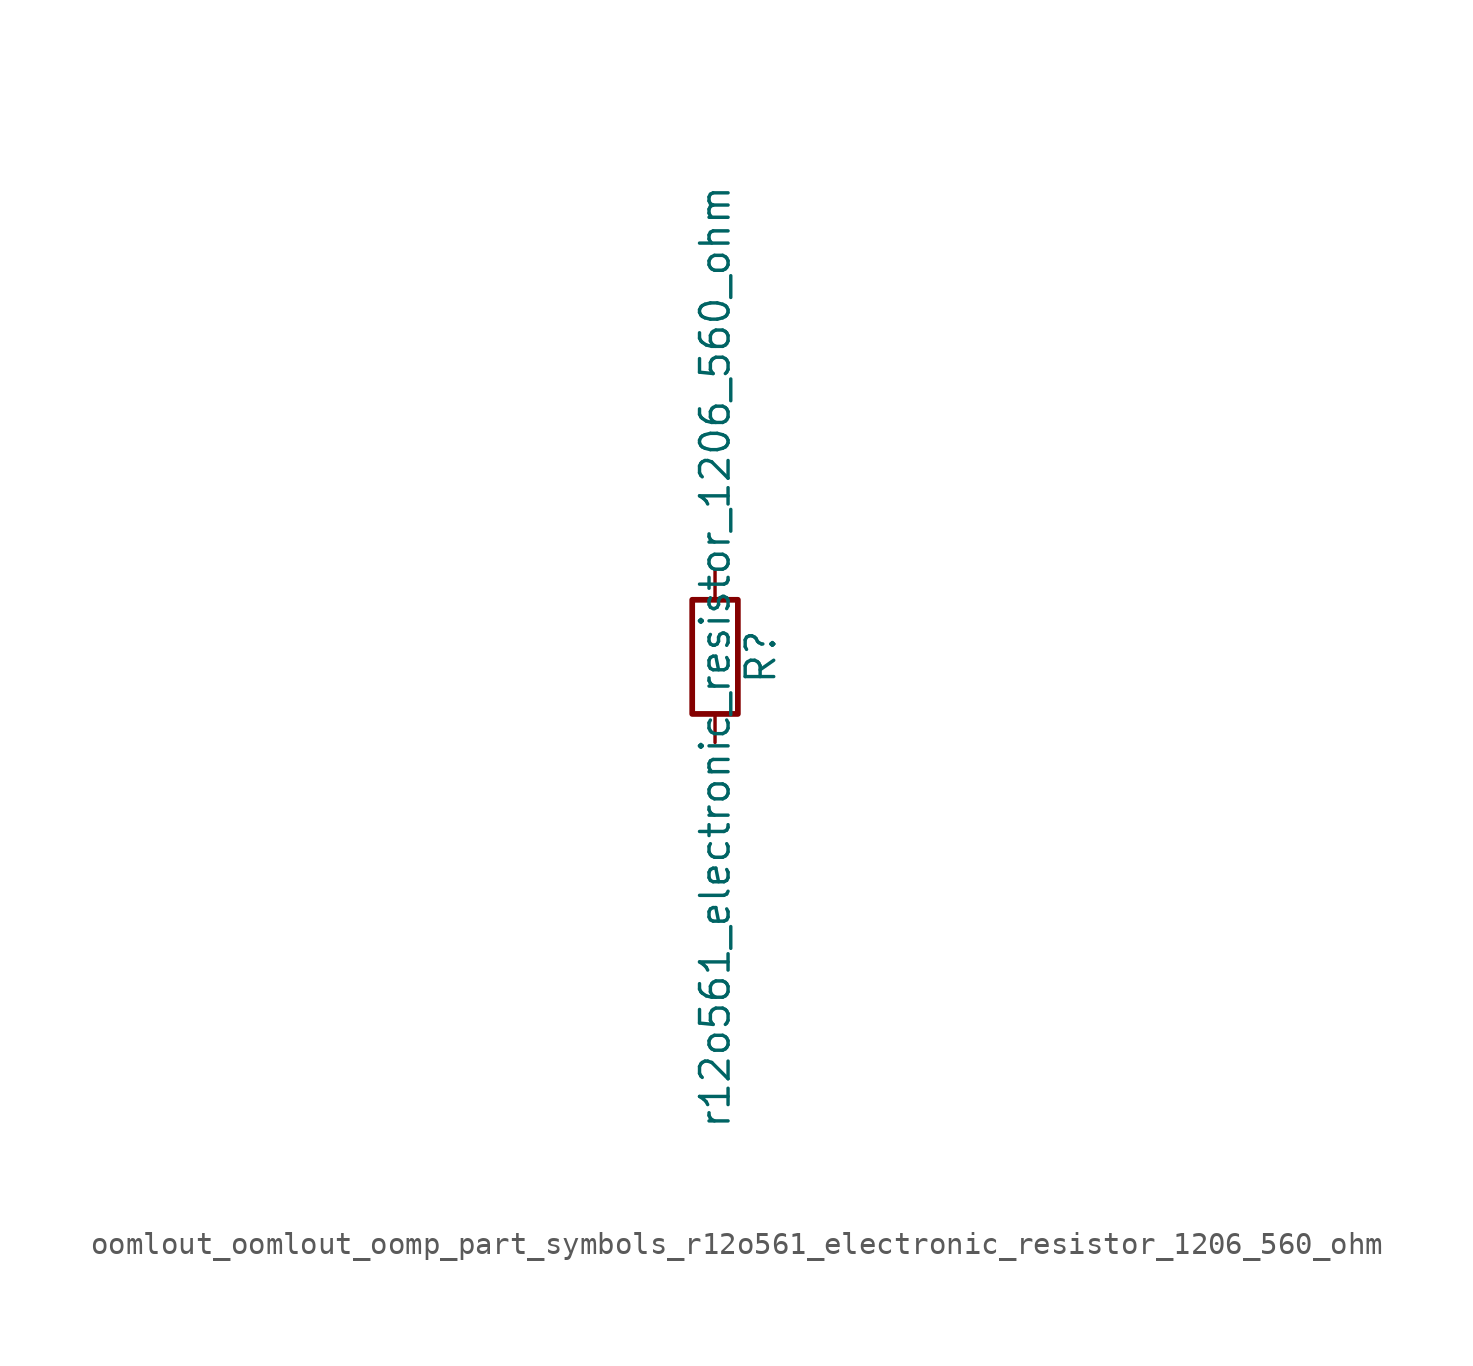
<source format=kicad_sym>
(kicad_symbol_lib
  (version 20220914)
  (generator kicad_symbol_editor)
  (symbol "oomlout_oomlout_oomp_part_symbols_r12o561_electronic_resistor_1206_560_ohm"
    (pin_numbers hide)
    (pin_names
      (offset 0))
    (property "Reference" "R"
      (at 2.032 0 90)
      (effects (font (size 1.27 1.27))))
    (property "Value" "r12o561_electronic_resistor_1206_560_ohm"
      (at 0 0 90)
      (effects (font (size 1.27 1.27))))
    (symbol "oomlout_oomlout_oomp_part_symbols_r12o561_electronic_resistor_1206_560_ohm_0_1"
      (rectangle (start -1.016 -2.54) (end 1.016 2.54) (stroke (width 0.254) (type default)) (fill (type none))))
    (symbol "oomlout_oomlout_oomp_part_symbols_r12o561_electronic_resistor_1206_560_ohm_1_1"
      (pin passive line (at 0 3.81 270) (length 1.27) (name "~" (effects (font (size 1.27 1.27)))) (number "1" (effects (font (size 1.27 1.27)))))
      (pin passive line (at 0 -3.81 90) (length 1.27) (name "~" (effects (font (size 1.27 1.27)))) (number "2" (effects (font (size 1.27 1.27))))))))
</source>
